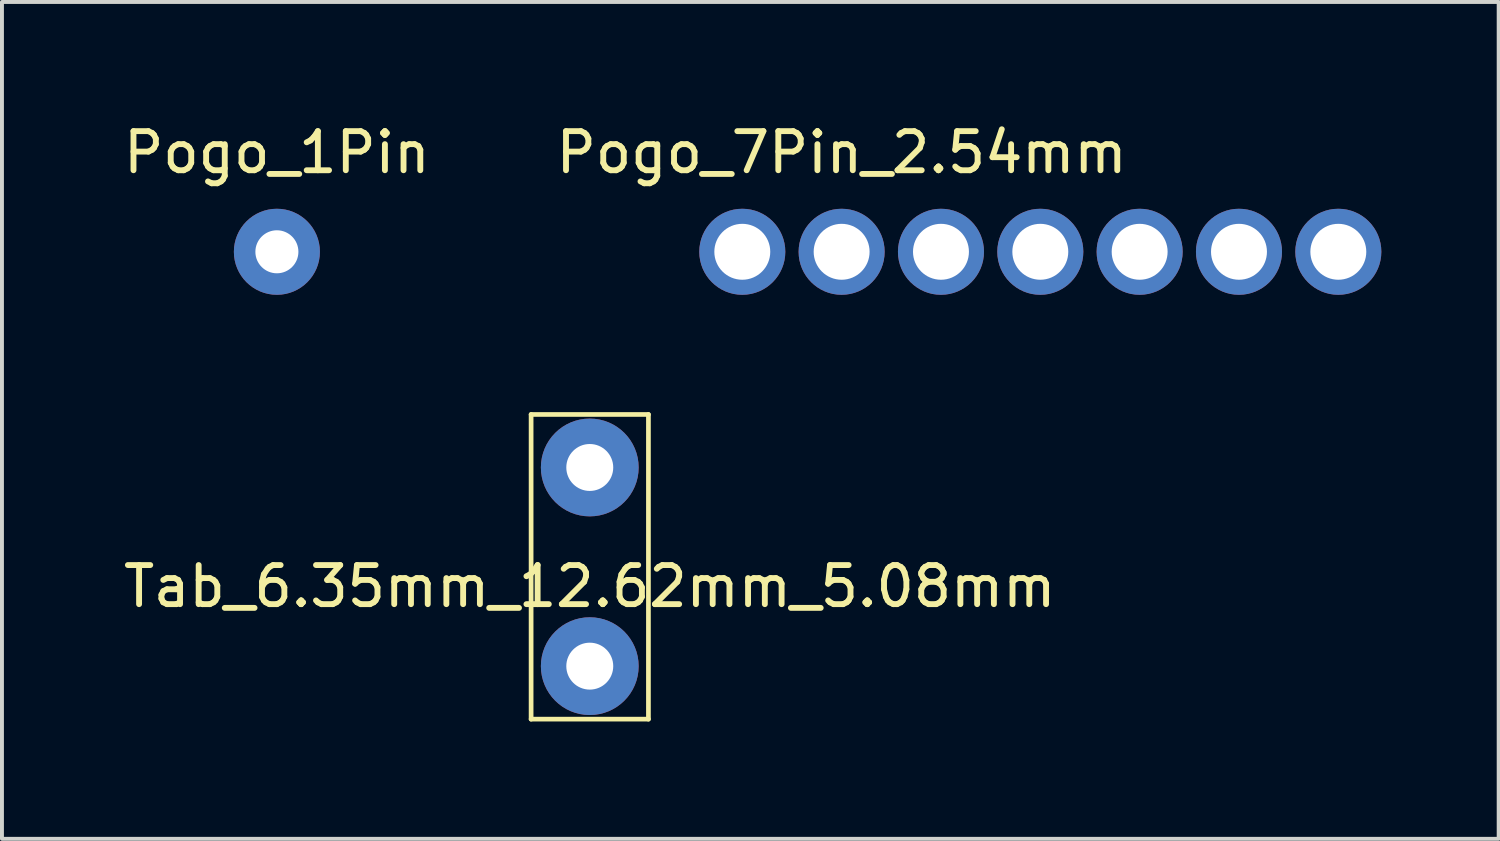
<source format=kicad_pcb>
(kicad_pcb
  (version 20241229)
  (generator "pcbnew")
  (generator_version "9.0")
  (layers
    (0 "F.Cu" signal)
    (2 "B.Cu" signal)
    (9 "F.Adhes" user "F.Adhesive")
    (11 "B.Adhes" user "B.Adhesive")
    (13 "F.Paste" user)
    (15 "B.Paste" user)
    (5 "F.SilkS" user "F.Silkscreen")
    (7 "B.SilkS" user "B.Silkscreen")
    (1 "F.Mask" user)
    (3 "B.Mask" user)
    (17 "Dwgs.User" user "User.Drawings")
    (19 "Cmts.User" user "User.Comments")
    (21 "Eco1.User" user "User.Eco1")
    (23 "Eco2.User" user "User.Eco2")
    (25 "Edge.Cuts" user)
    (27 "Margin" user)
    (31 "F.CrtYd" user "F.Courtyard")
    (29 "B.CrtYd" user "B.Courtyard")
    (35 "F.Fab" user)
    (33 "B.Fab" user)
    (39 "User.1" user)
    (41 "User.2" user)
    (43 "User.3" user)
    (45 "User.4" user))
  (footprint "Pogo_7Pin_2.54mm"
    (layer "F.Cu")
    (at 15.93 3.388)
    (property "Reference" "Pogo_7Pin_2.54mm" (at 2.54 -2.54 0) (layer "F.SilkS") (effects (font (size 1 1) (thickness 0.15))))
    (attr through_hole)
    (pad "1" thru_hole circle (at 0 0) (size 2.2 2.2) (drill 1.43) (layers "*.Cu" "*.Mask"))
    (pad "2" thru_hole circle (at 2.54 0) (size 2.2 2.2) (drill 1.43) (layers "*.Cu" "*.Mask"))
    (pad "3" thru_hole circle (at 5.08 0) (size 2.2 2.2) (drill 1.43) (layers "*.Cu" "*.Mask"))
    (pad "4" thru_hole circle (at 7.62 0) (size 2.2 2.2) (drill 1.43) (layers "*.Cu" "*.Mask"))
    (pad "5" thru_hole circle (at 10.16 0) (size 2.2 2.2) (drill 1.43) (layers "*.Cu" "*.Mask"))
    (pad "6" thru_hole circle (at 12.7 0) (size 2.2 2.2) (drill 1.43) (layers "*.Cu" "*.Mask"))
    (pad "7" thru_hole circle (at 15.24 0) (size 2.2 2.2) (drill 1.43) (layers "*.Cu" "*.Mask")))
  (footprint "Tab_6.35mm_12.62mm_5.08mm"
    (layer "F.Cu")
    (at 12.03 11.443)
    (property "Reference" "Tab_6.35mm_12.62mm_5.08mm" (at 0 0.5 0) (layer "F.SilkS") (effects (font (size 1 1) (thickness 0.15))))
    (attr through_hole)
    (fp_line (start -1.5 -3.895) (end -1.5 3.895) (stroke (width 0.12) (type solid)) (layer "F.SilkS"))
    (fp_line (start -1.5 3.895) (end 1.5 3.895) (stroke (width 0.12) (type solid)) (layer "F.SilkS"))
    (fp_line (start 1.5 -3.895) (end -1.5 -3.895) (stroke (width 0.12) (type solid)) (layer "F.SilkS"))
    (fp_line (start 1.5 -3.895) (end 1.5 3.895) (stroke (width 0.12) (type solid)) (layer "F.SilkS"))
    (pad "1" thru_hole circle (at 0 -2.54) (size 2.5 2.5) (drill 1.2) (layers "*.Cu" "*.Mask"))
    (pad "1" thru_hole circle (at 0 2.54) (size 2.5 2.5) (drill 1.2) (layers "*.Cu" "*.Mask")))
  (footprint "Pogo_1Pin"
    (layer "F.Cu")
    (at 4.03 3.388)
    (property "Reference" "Pogo_1Pin" (at 0 -2.54 0) (layer "F.SilkS") (effects (font (size 1 1) (thickness 0.15))))
    (attr through_hole)
    (pad "1" thru_hole circle (at 0 0) (size 2.2 2.2) (drill 1.1) (layers "*.Cu" "*.Mask")))
  (gr_rect
    (start -3 -3)
    (end 35.27 18.398)
    (stroke (width 0.1) (type default))
    (fill no)
    (layer "Edge.Cuts")))
</source>
